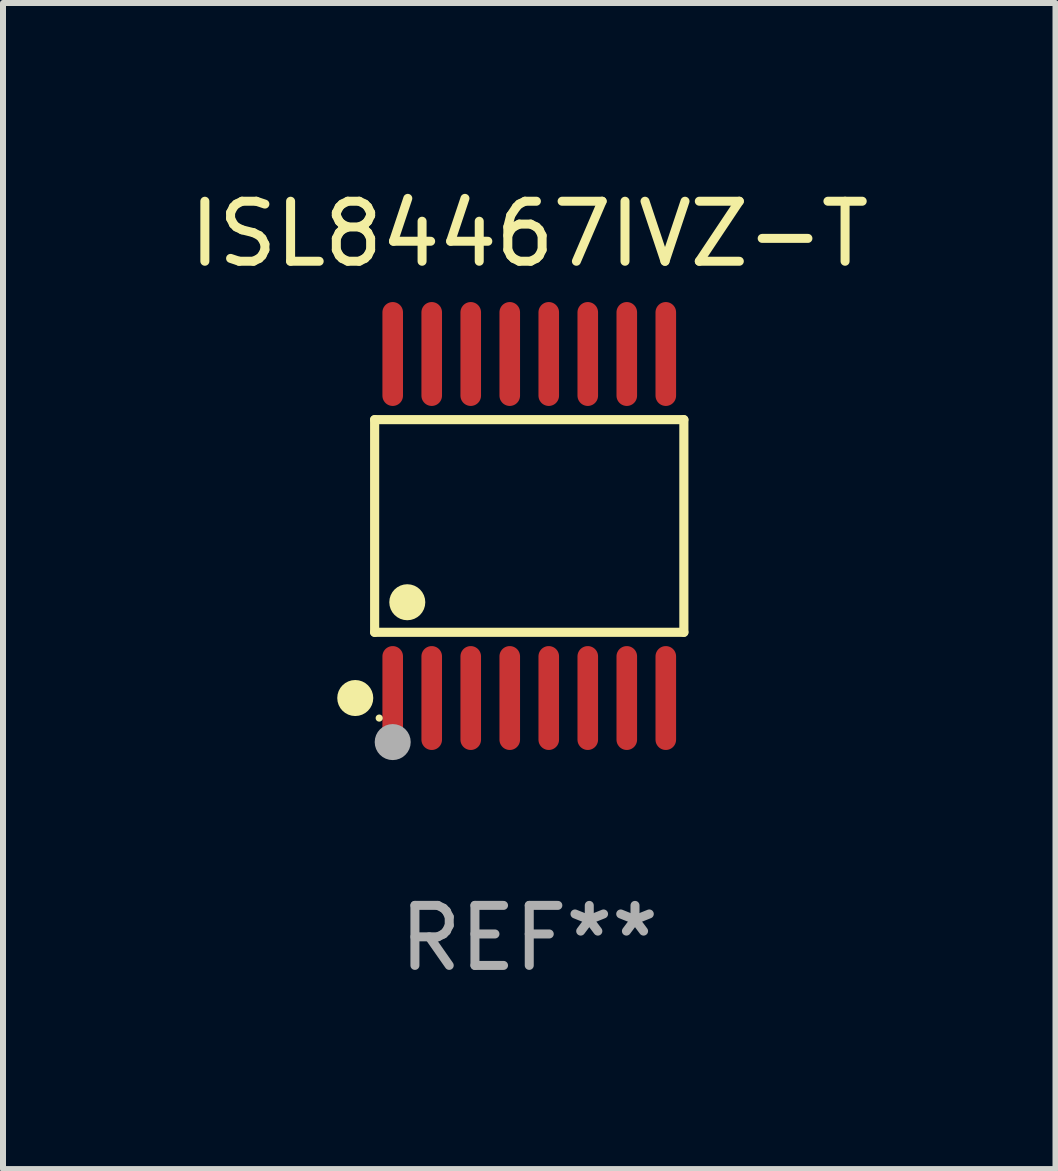
<source format=kicad_pcb>
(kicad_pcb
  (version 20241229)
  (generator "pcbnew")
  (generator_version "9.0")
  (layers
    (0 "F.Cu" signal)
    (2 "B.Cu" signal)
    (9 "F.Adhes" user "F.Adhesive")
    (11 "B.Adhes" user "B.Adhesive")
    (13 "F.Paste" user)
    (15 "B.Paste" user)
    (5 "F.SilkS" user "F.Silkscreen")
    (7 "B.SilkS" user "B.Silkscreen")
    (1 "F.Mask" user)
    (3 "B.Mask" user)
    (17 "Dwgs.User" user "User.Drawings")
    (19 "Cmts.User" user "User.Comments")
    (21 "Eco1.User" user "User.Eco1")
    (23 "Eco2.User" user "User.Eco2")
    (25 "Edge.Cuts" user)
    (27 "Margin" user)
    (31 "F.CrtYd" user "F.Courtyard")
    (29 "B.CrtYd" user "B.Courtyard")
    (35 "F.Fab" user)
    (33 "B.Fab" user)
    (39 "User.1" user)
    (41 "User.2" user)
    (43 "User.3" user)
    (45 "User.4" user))
  (footprint "ISL84467IVZ-T"
    (layer "F.Cu")
    (at 5.768 5.714)
    (property "Reference" "ISL84467IVZ-T" (at 0 -4.866 0) (layer "F.SilkS") (effects (font (size 1 1) (thickness 0.15))))
    (attr through_hole)
    (fp_line (start -2.576 -1.772) (end 2.576 -1.772) (stroke (width 0.152) (type solid)) (layer "F.SilkS"))
    (fp_line (start -2.576 1.771) (end -2.576 -1.772) (stroke (width 0.152) (type solid)) (layer "F.SilkS"))
    (fp_line (start 2.576 -1.772) (end 2.576 1.771) (stroke (width 0.152) (type solid)) (layer "F.SilkS"))
    (fp_line (start 2.576 1.771) (end -2.576 1.771) (stroke (width 0.152) (type solid)) (layer "F.SilkS"))
    (fp_circle (center -2.899 2.866) (end -2.749 2.866) (stroke (width 0.3) (type solid)) (fill no) (layer "F.SilkS"))
    (fp_circle (center -2.5 3.2) (end -2.47 3.2) (stroke (width 0.06) (type solid)) (fill no) (layer "F.SilkS"))
    (fp_circle (center -2.032 1.27) (end -1.882 1.27) (stroke (width 0.3) (type solid)) (fill no) (layer "F.SilkS"))
    (fp_circle (center -2.275 3.6) (end -2.125 3.6) (stroke (width 0.3) (type solid)) (fill no) (layer "F.Fab"))
    (fp_text user "REF**" (at 0 6.866 0) (layer "F.Fab") (effects (font (size 1 1) (thickness 0.15))))
    (pad "1" smd oval (at -2.275 2.866) (size 0.343 1.731) (layers "F.Cu" "F.Mask" "F.Paste"))
    (pad "2" smd oval (at -1.625 2.866) (size 0.343 1.731) (layers "F.Cu" "F.Mask" "F.Paste"))
    (pad "3" smd oval (at -0.975 2.866) (size 0.343 1.731) (layers "F.Cu" "F.Mask" "F.Paste"))
    (pad "4" smd oval (at -0.325 2.866) (size 0.343 1.731) (layers "F.Cu" "F.Mask" "F.Paste"))
    (pad "5" smd oval (at 0.325 2.866) (size 0.343 1.731) (layers "F.Cu" "F.Mask" "F.Paste"))
    (pad "6" smd oval (at 0.975 2.866) (size 0.343 1.731) (layers "F.Cu" "F.Mask" "F.Paste"))
    (pad "7" smd oval (at 1.625 2.866) (size 0.343 1.731) (layers "F.Cu" "F.Mask" "F.Paste"))
    (pad "8" smd oval (at 2.275 2.866) (size 0.343 1.731) (layers "F.Cu" "F.Mask" "F.Paste"))
    (pad "9" smd oval (at 2.275 -2.866) (size 0.343 1.731) (layers "F.Cu" "F.Mask" "F.Paste"))
    (pad "10" smd oval (at 1.625 -2.866) (size 0.343 1.731) (layers "F.Cu" "F.Mask" "F.Paste"))
    (pad "11" smd oval (at 0.975 -2.866) (size 0.343 1.731) (layers "F.Cu" "F.Mask" "F.Paste"))
    (pad "12" smd oval (at 0.325 -2.866) (size 0.343 1.731) (layers "F.Cu" "F.Mask" "F.Paste"))
    (pad "13" smd oval (at -0.325 -2.866) (size 0.343 1.731) (layers "F.Cu" "F.Mask" "F.Paste"))
    (pad "14" smd oval (at -0.975 -2.866) (size 0.343 1.731) (layers "F.Cu" "F.Mask" "F.Paste"))
    (pad "15" smd oval (at -1.625 -2.866) (size 0.343 1.731) (layers "F.Cu" "F.Mask" "F.Paste"))
    (pad "16" smd oval (at -2.275 -2.866) (size 0.343 1.731) (layers "F.Cu" "F.Mask" "F.Paste")))
  (gr_rect
    (start -3 -3)
    (end 14.536 16.428)
    (stroke (width 0.1) (type default))
    (fill no)
    (layer "Edge.Cuts")))
</source>
